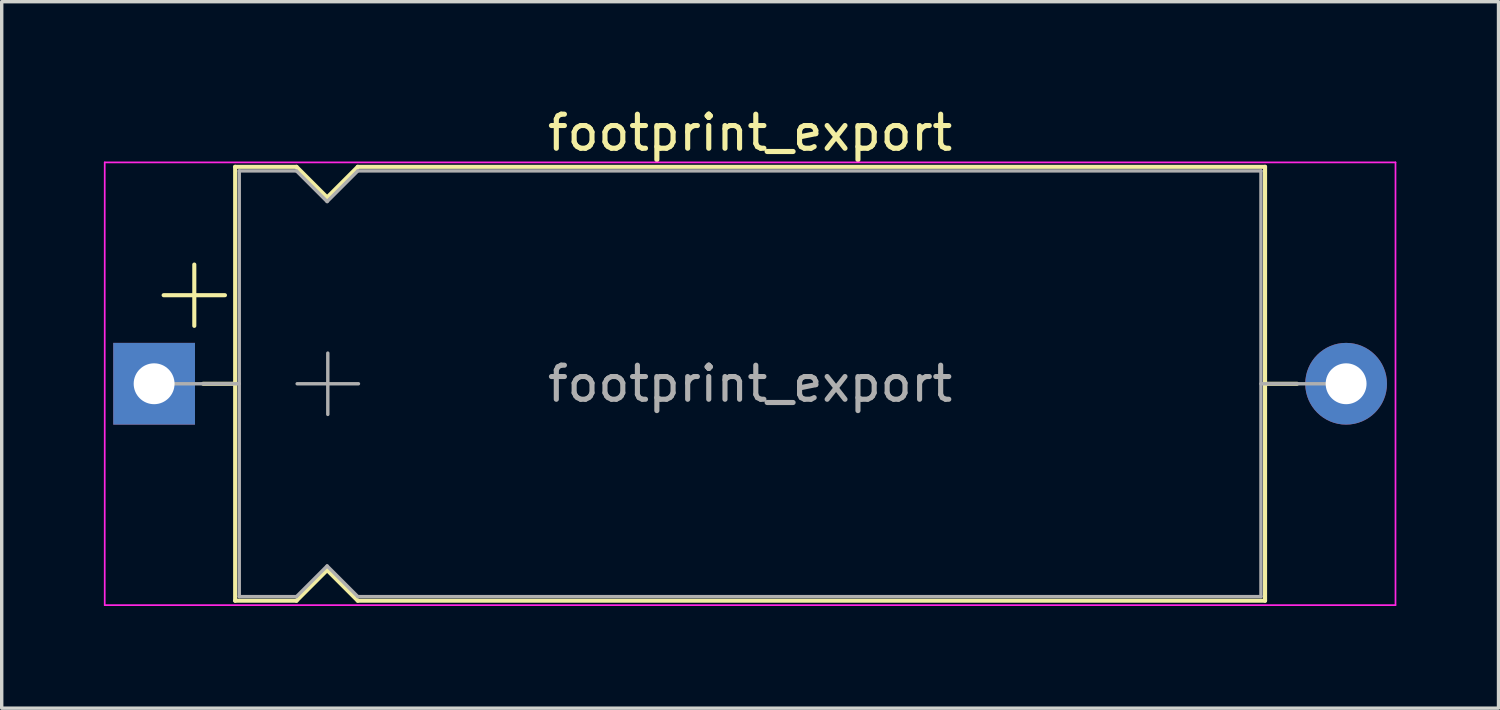
<source format=kicad_pcb>
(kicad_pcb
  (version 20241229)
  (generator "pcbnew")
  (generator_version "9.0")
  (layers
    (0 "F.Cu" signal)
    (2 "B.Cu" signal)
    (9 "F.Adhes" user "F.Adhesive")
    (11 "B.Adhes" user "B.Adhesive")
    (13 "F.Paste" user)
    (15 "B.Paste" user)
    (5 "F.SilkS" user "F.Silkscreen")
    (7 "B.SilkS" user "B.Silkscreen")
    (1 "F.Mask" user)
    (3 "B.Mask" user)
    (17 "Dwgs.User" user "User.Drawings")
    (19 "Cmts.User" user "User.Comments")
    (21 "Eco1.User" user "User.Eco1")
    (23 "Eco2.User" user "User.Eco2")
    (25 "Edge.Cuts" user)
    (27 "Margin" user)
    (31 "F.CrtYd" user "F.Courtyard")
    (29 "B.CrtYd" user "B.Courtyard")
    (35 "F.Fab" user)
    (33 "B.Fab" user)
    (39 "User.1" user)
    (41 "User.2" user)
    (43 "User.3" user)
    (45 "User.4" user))
  (footprint "footprint_export"
    (layer "F.Cu")
    (at 1.475 8.218)
    (property "Reference" "footprint_export" (at 17.5 -7.37 0) (layer "F.SilkS") (effects (font (size 1 1) (thickness 0.15))))
    (attr through_hole)
    (fp_line (start 0.28 -2.6) (end 2.08 -2.6) (stroke (width 0.12) (type solid)) (layer "F.SilkS"))
    (fp_line (start 1.18 -3.5) (end 1.18 -1.7) (stroke (width 0.12) (type solid)) (layer "F.SilkS"))
    (fp_line (start 1.44 0) (end 2.38 0) (stroke (width 0.12) (type solid)) (layer "F.SilkS"))
    (fp_line (start 2.38 -6.37) (end 2.38 6.37) (stroke (width 0.12) (type solid)) (layer "F.SilkS"))
    (fp_line (start 2.38 -6.37) (end 4.18 -6.37) (stroke (width 0.12) (type solid)) (layer "F.SilkS"))
    (fp_line (start 2.38 6.37) (end 4.18 6.37) (stroke (width 0.12) (type solid)) (layer "F.SilkS"))
    (fp_line (start 4.18 -6.37) (end 5.08 -5.47) (stroke (width 0.12) (type solid)) (layer "F.SilkS"))
    (fp_line (start 4.18 6.37) (end 5.08 5.47) (stroke (width 0.12) (type solid)) (layer "F.SilkS"))
    (fp_line (start 5.08 -5.47) (end 5.98 -6.37) (stroke (width 0.12) (type solid)) (layer "F.SilkS"))
    (fp_line (start 5.08 5.47) (end 5.98 6.37) (stroke (width 0.12) (type solid)) (layer "F.SilkS"))
    (fp_line (start 5.98 -6.37) (end 32.62 -6.37) (stroke (width 0.12) (type solid)) (layer "F.SilkS"))
    (fp_line (start 5.98 6.37) (end 32.62 6.37) (stroke (width 0.12) (type solid)) (layer "F.SilkS"))
    (fp_line (start 32.62 -6.37) (end 32.62 6.37) (stroke (width 0.12) (type solid)) (layer "F.SilkS"))
    (fp_line (start 33.56 0) (end 32.62 0) (stroke (width 0.12) (type solid)) (layer "F.SilkS"))
    (fp_line (start -1.45 -6.5) (end -1.45 6.5) (stroke (width 0.05) (type solid)) (layer "F.CrtYd"))
    (fp_line (start -1.45 6.5) (end 36.45 6.5) (stroke (width 0.05) (type solid)) (layer "F.CrtYd"))
    (fp_line (start 36.45 -6.5) (end -1.45 -6.5) (stroke (width 0.05) (type solid)) (layer "F.CrtYd"))
    (fp_line (start 36.45 6.5) (end 36.45 -6.5) (stroke (width 0.05) (type solid)) (layer "F.CrtYd"))
    (fp_line (start 0 0) (end 2.5 0) (stroke (width 0.1) (type solid)) (layer "F.Fab"))
    (fp_line (start 2.5 -6.25) (end 2.5 6.25) (stroke (width 0.1) (type solid)) (layer "F.Fab"))
    (fp_line (start 2.5 -6.25) (end 4.18 -6.25) (stroke (width 0.1) (type solid)) (layer "F.Fab"))
    (fp_line (start 2.5 6.25) (end 4.18 6.25) (stroke (width 0.1) (type solid)) (layer "F.Fab"))
    (fp_line (start 4.18 -6.25) (end 5.08 -5.35) (stroke (width 0.1) (type solid)) (layer "F.Fab"))
    (fp_line (start 4.18 6.25) (end 5.08 5.35) (stroke (width 0.1) (type solid)) (layer "F.Fab"))
    (fp_line (start 4.2 0) (end 6 0) (stroke (width 0.1) (type solid)) (layer "F.Fab"))
    (fp_line (start 5.08 -5.35) (end 5.98 -6.25) (stroke (width 0.1) (type solid)) (layer "F.Fab"))
    (fp_line (start 5.08 5.35) (end 5.98 6.25) (stroke (width 0.1) (type solid)) (layer "F.Fab"))
    (fp_line (start 5.1 -0.9) (end 5.1 0.9) (stroke (width 0.1) (type solid)) (layer "F.Fab"))
    (fp_line (start 5.98 -6.25) (end 32.5 -6.25) (stroke (width 0.1) (type solid)) (layer "F.Fab"))
    (fp_line (start 5.98 6.25) (end 32.5 6.25) (stroke (width 0.1) (type solid)) (layer "F.Fab"))
    (fp_line (start 32.5 -6.25) (end 32.5 6.25) (stroke (width 0.1) (type solid)) (layer "F.Fab"))
    (fp_line (start 35 0) (end 32.5 0) (stroke (width 0.1) (type solid)) (layer "F.Fab"))
    (fp_text user "${REFERENCE}" (at 17.5 0 0) (layer "F.Fab") (effects (font (size 1 1) (thickness 0.15))))
    (pad "1" thru_hole rect (at 0 0) (size 2.4 2.4) (drill 1.2) (layers "*.Cu" "*.Mask"))
    (pad "2" thru_hole oval (at 35 0) (size 2.4 2.4) (drill 1.2) (layers "*.Cu" "*.Mask")))
  (gr_rect
    (start -3 -3)
    (end 40.95 17.743)
    (stroke (width 0.1) (type default))
    (fill no)
    (layer "Edge.Cuts")))
</source>
